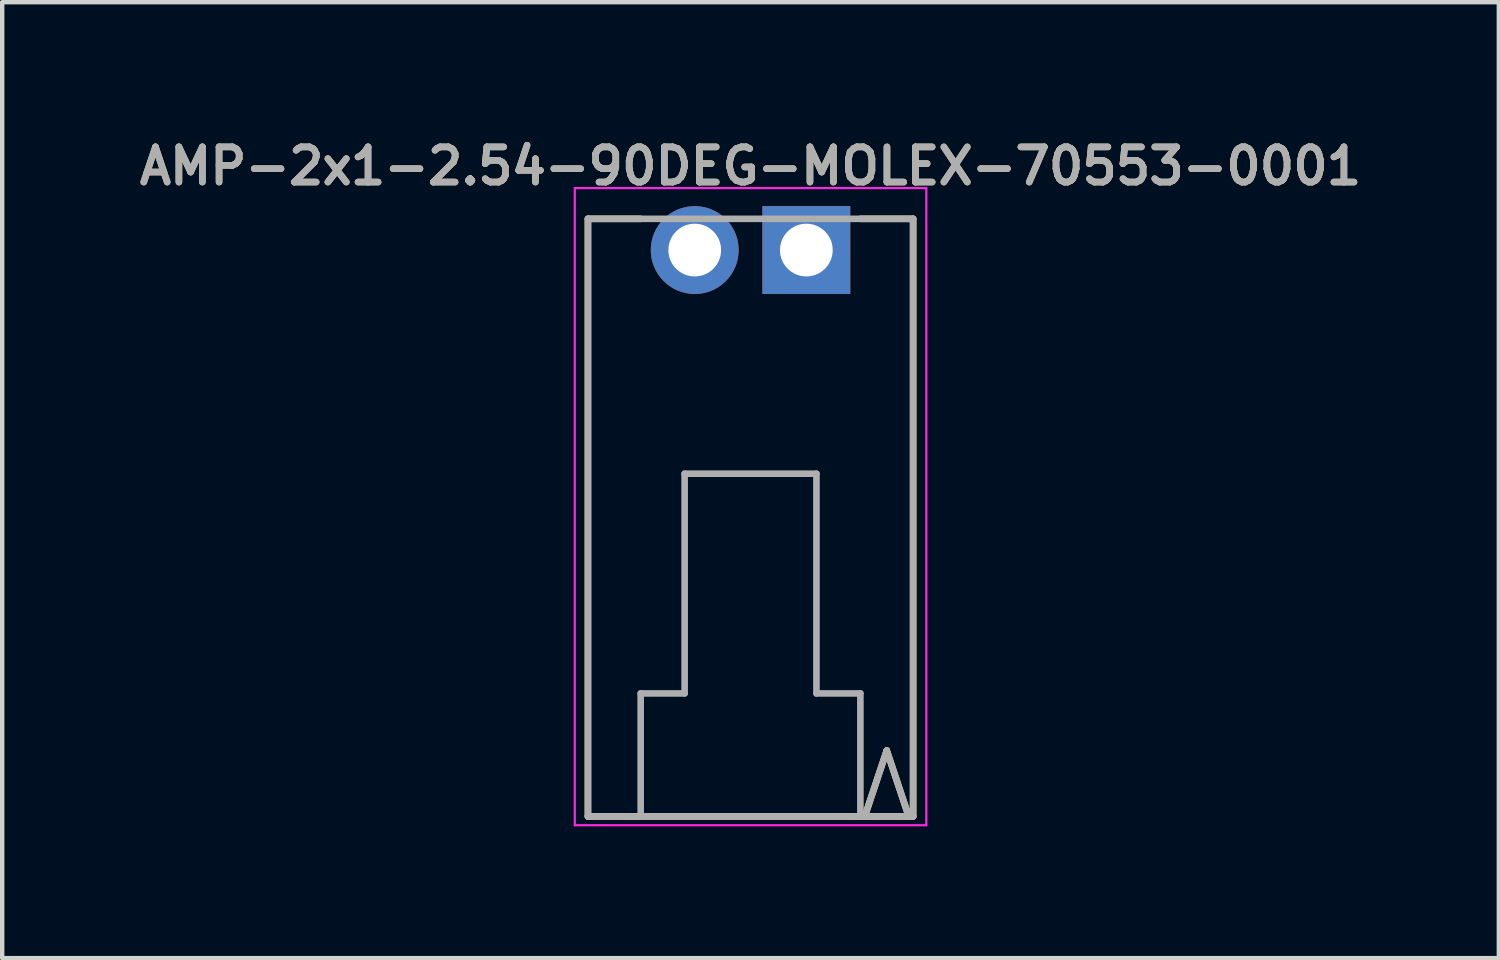
<source format=kicad_pcb>
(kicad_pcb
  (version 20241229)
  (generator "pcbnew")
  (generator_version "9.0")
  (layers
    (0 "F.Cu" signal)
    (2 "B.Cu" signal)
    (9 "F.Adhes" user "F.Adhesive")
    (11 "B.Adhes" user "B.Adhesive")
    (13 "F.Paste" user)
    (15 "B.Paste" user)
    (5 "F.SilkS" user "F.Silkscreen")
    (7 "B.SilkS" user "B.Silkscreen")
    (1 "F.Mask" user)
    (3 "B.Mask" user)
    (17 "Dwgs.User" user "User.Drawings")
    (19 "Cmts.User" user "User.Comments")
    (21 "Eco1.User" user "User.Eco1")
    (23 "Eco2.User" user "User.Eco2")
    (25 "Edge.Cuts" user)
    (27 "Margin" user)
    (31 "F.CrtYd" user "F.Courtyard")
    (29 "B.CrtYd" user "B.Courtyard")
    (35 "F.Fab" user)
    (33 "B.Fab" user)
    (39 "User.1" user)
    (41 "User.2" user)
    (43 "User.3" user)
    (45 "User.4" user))
  (footprint "AMP-2x1-2.54-90DEG-MOLEX-70553-0001"
    (layer "F.Cu")
    (at 14.031 8.731)
    (property "Reference" "AMP-2x1-2.54-90DEG-MOLEX-70553-0001" (at 0 -8 0) (layer "F.SilkS") (effects (font (size 0.8 0.8) (thickness 0.15))))
    (attr through_hole)
    (fp_line (start -3.7 -6.8) (end -2.5 -6.8) (stroke (width 0.15) (type solid)) (layer "F.SilkS"))
    (fp_line (start -3.7 6.8) (end -3.7 -6.8) (stroke (width 0.15) (type solid)) (layer "F.SilkS"))
    (fp_line (start 3.1 5.3) (end 2.6 6.8) (stroke (width 0.15) (type solid)) (layer "F.SilkS"))
    (fp_line (start 3.6 6.8) (end 3.1 5.3) (stroke (width 0.15) (type solid)) (layer "F.SilkS"))
    (fp_line (start 3.7 -6.8) (end 2.5 -6.8) (stroke (width 0.15) (type solid)) (layer "F.SilkS"))
    (fp_line (start 3.7 -6.8) (end 3.7 6.8) (stroke (width 0.15) (type solid)) (layer "F.SilkS"))
    (fp_line (start 3.7 6.8) (end -3.7 6.8) (stroke (width 0.15) (type solid)) (layer "F.SilkS"))
    (fp_line (start -4 -7.5) (end 4 -7.5) (stroke (width 0.05) (type solid)) (layer "F.CrtYd"))
    (fp_line (start -4 7) (end -4 -7.5) (stroke (width 0.05) (type solid)) (layer "F.CrtYd"))
    (fp_line (start 4 -7.5) (end 4 7) (stroke (width 0.05) (type solid)) (layer "F.CrtYd"))
    (fp_line (start 4 7) (end -4 7) (stroke (width 0.05) (type solid)) (layer "F.CrtYd"))
    (fp_line (start -3.7 -6.8) (end 3.7 -6.8) (stroke (width 0.15) (type solid)) (layer "F.Fab"))
    (fp_line (start -3.7 6.8) (end -3.7 -6.8) (stroke (width 0.15) (type solid)) (layer "F.Fab"))
    (fp_line (start -2.5 4) (end -1.5 4) (stroke (width 0.15) (type solid)) (layer "F.Fab"))
    (fp_line (start -2.5 6.8) (end -2.5 4) (stroke (width 0.15) (type solid)) (layer "F.Fab"))
    (fp_line (start -1.5 -1) (end 1.5 -1) (stroke (width 0.15) (type solid)) (layer "F.Fab"))
    (fp_line (start -1.5 4) (end -1.5 -1) (stroke (width 0.15) (type solid)) (layer "F.Fab"))
    (fp_line (start 1.5 -1) (end 1.5 4) (stroke (width 0.15) (type solid)) (layer "F.Fab"))
    (fp_line (start 1.5 4) (end 2.5 4) (stroke (width 0.15) (type solid)) (layer "F.Fab"))
    (fp_line (start 2.5 4) (end 2.5 6.8) (stroke (width 0.15) (type solid)) (layer "F.Fab"))
    (fp_line (start 2.6 6.8) (end 3.1 5.3) (stroke (width 0.15) (type solid)) (layer "F.Fab"))
    (fp_line (start 3.1 5.3) (end 3.6 6.8) (stroke (width 0.15) (type solid)) (layer "F.Fab"))
    (fp_line (start 3.7 -6.8) (end 3.7 6.8) (stroke (width 0.15) (type solid)) (layer "F.Fab"))
    (fp_line (start 3.7 6.8) (end -3.7 6.8) (stroke (width 0.15) (type solid)) (layer "F.Fab"))
    (fp_text user "${REFERENCE}" (at 0 -8 0) (layer "F.Fab") (effects (font (size 0.8 0.8) (thickness 0.15))))
    (pad "1" thru_hole rect (at 1.27 -6.09) (size 2 2) (drill 1.2) (layers "*.Cu" "*.Mask"))
    (pad "2" thru_hole circle (at -1.27 -6.09) (size 2 2) (drill 1.2) (layers "*.Cu" "*.Mask")))
  (gr_rect
    (start -3 -3)
    (end 31.061 18.756)
    (stroke (width 0.1) (type default))
    (fill no)
    (layer "Edge.Cuts")))
</source>
